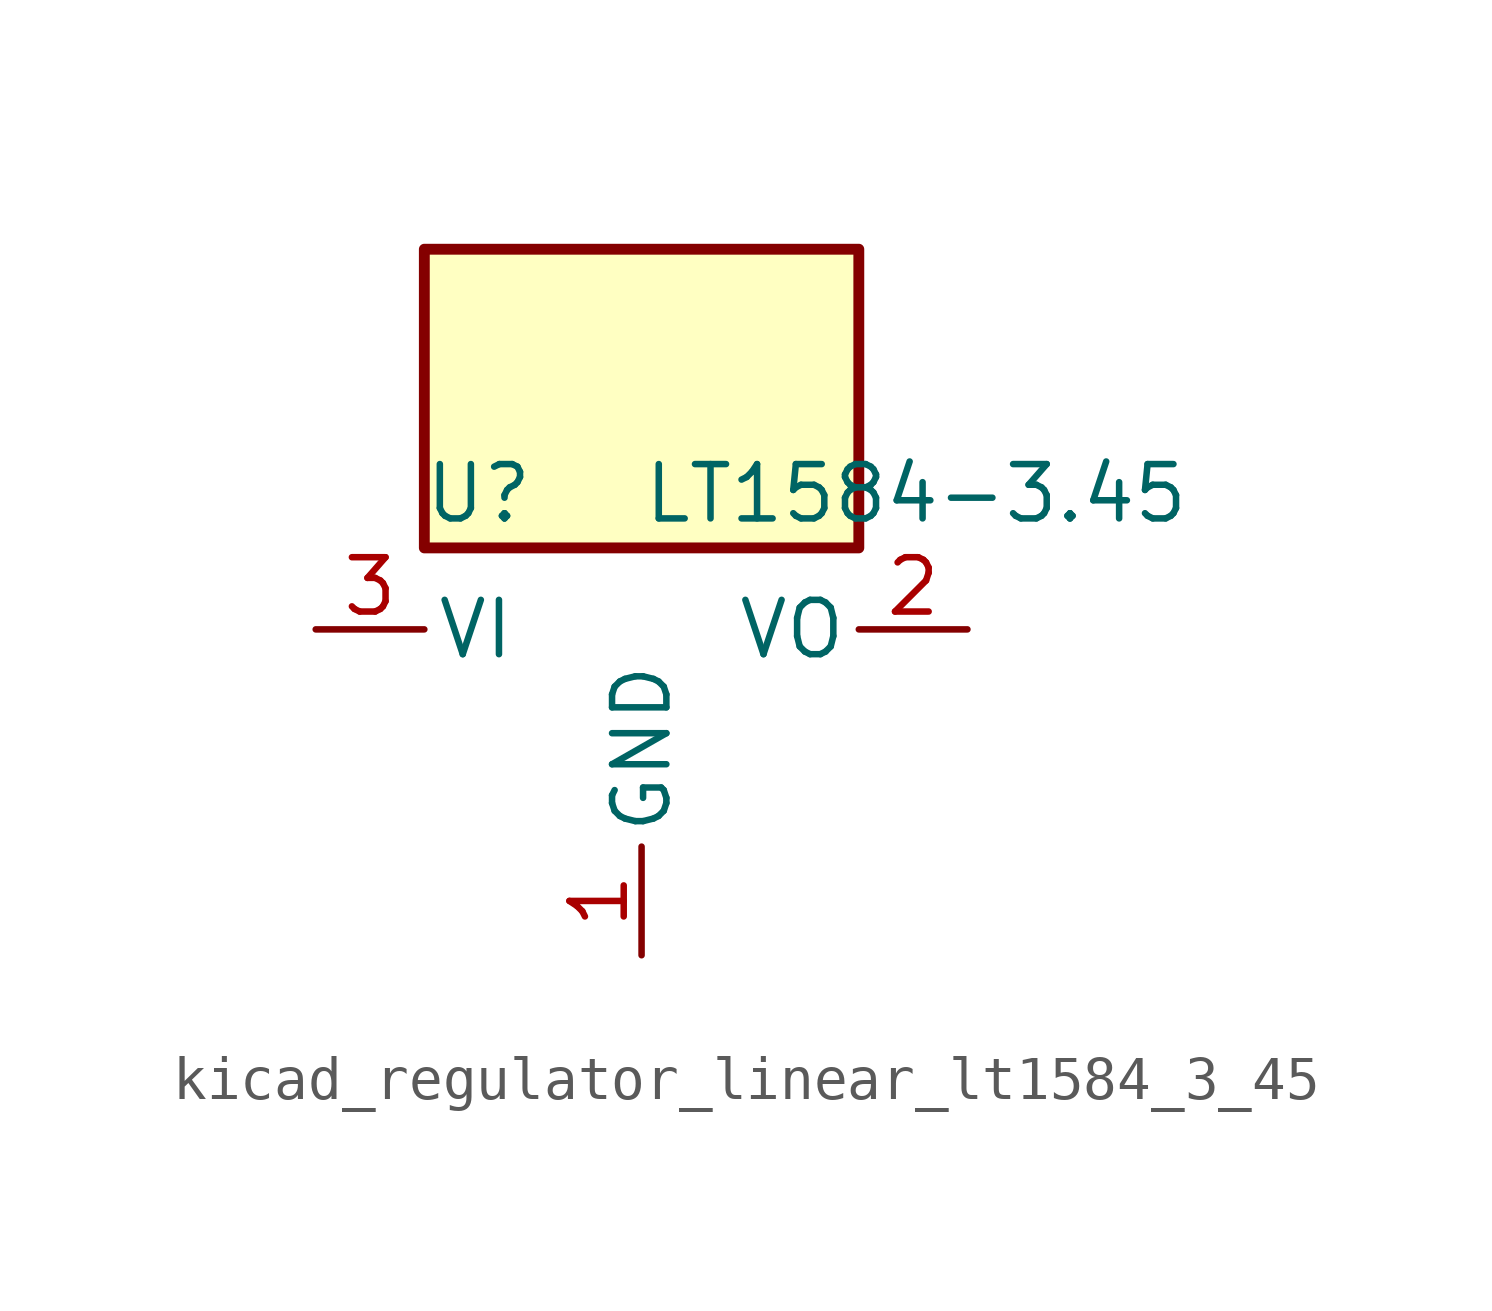
<source format=kicad_sym>
(kicad_symbol_lib
  (version 20220914)
  (generator kicad_symbol_editor)
  (symbol "kicad_regulator_linear_lt1584_3_45"
    (pin_names
      (offset 0.254))
    (property "Reference" "U"
      (at -3.81 3.175 0)
      (effects (font (size 1.27 1.27))))
    (property "Value" "LT1584-3.45"
      (at 0 3.175 0)
      (effects (font (size 1.27 1.27)) (justify left)))
    (symbol "kicad_regulator_linear_lt1584_3_45_0_1"
      (rectangle (start 5.08 8.89) (end -5.08 1.905) (stroke (width 0.254) (type default)) (fill (type background))))
    (symbol "kicad_regulator_linear_lt1584_3_45_1_1"
      (pin power_in line (at 0 -7.62 90) (length 2.54) (name "GND" (effects (font (size 1.27 1.27)))) (number "1" (effects (font (size 1.27 1.27)))))
      (pin power_out line (at 7.62 0 180) (length 2.54) (name "VO" (effects (font (size 1.27 1.27)))) (number "2" (effects (font (size 1.27 1.27)))))
      (pin power_in line (at -7.62 0 0) (length 2.54) (name "VI" (effects (font (size 1.27 1.27)))) (number "3" (effects (font (size 1.27 1.27))))))))
</source>
